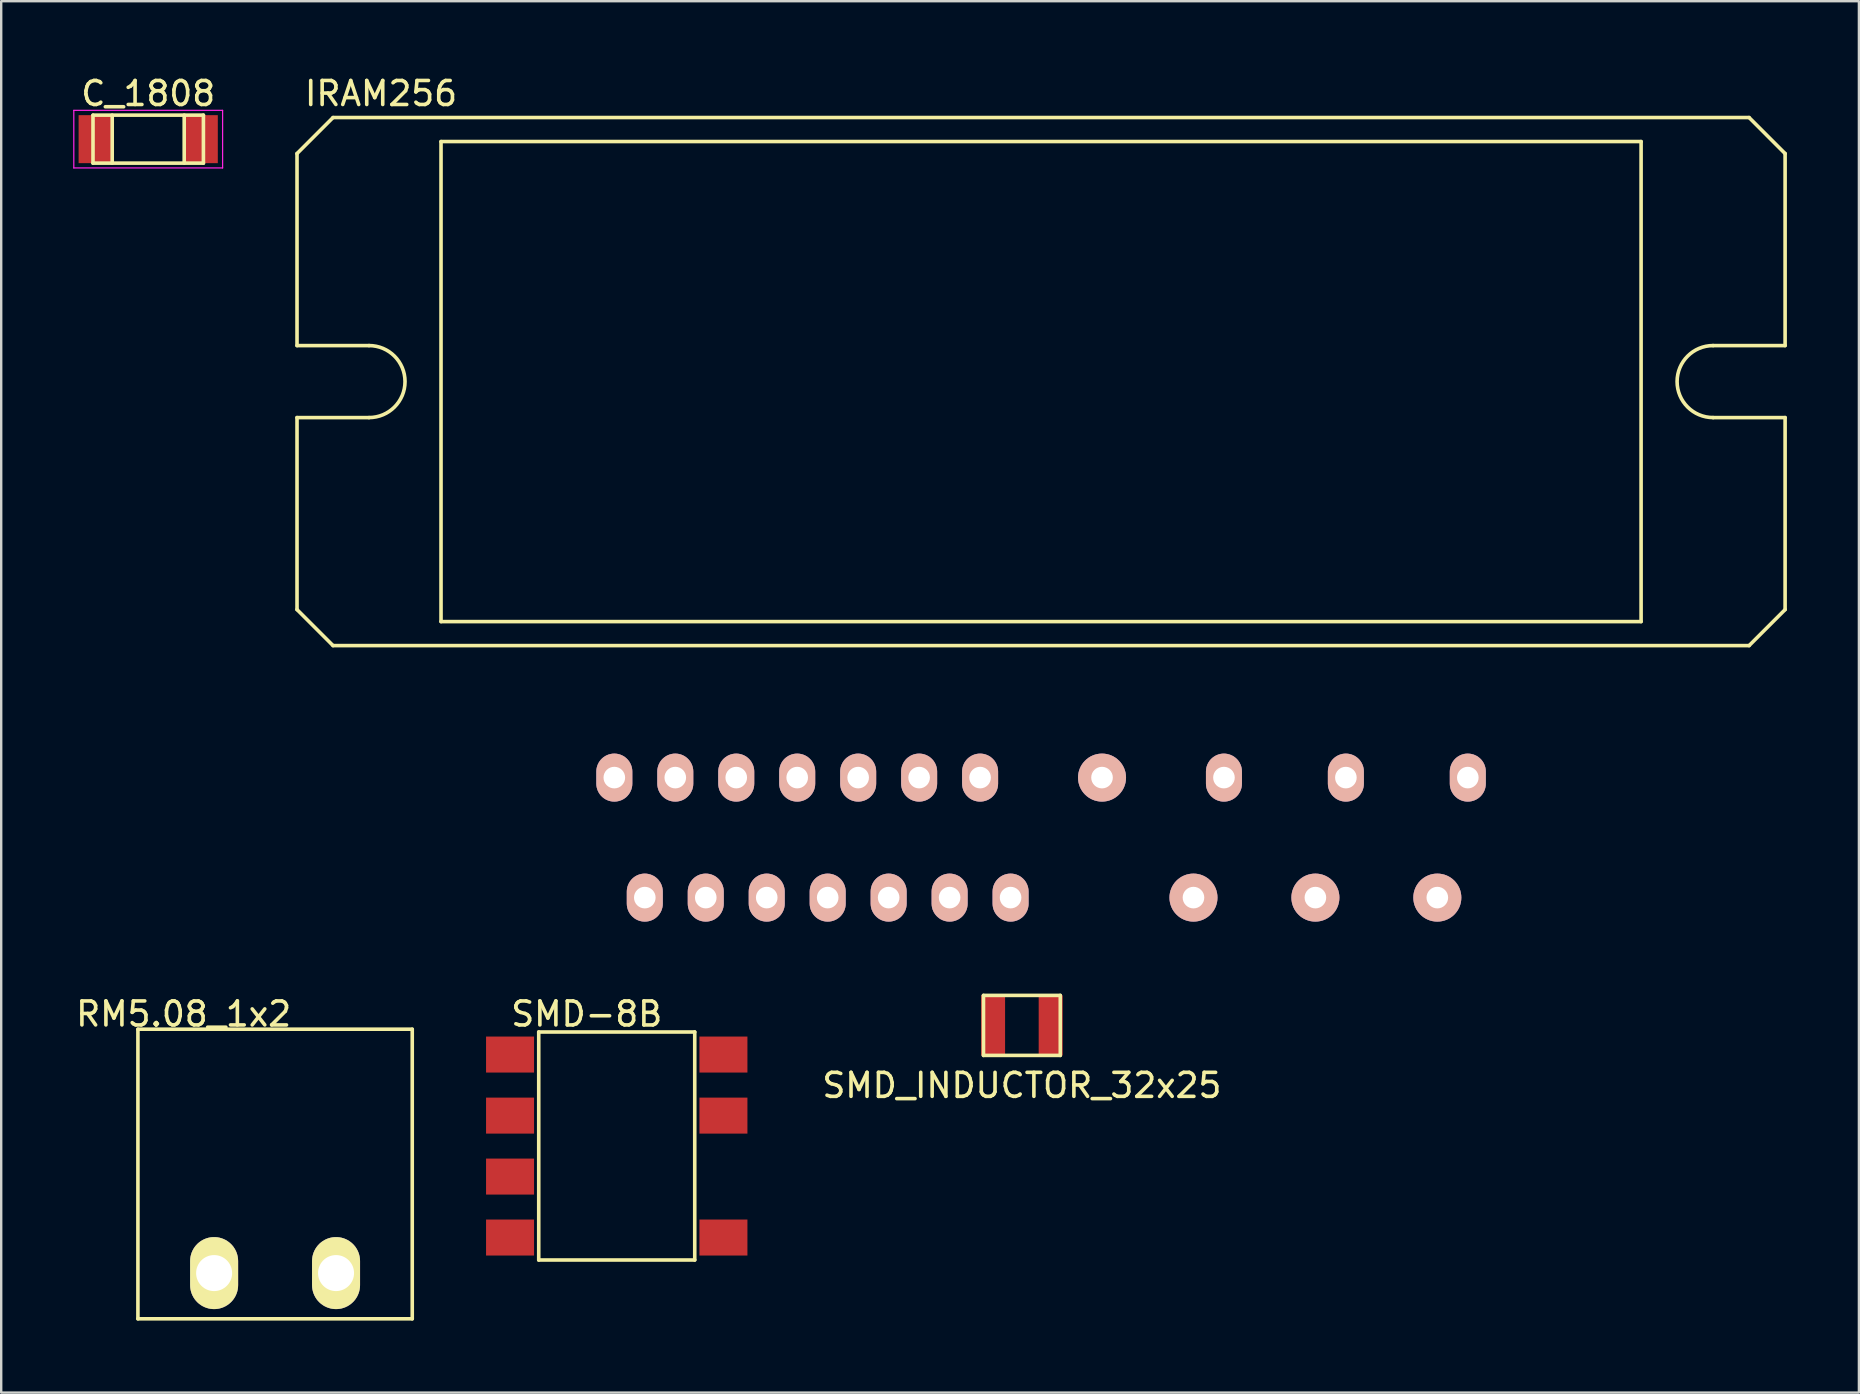
<source format=kicad_pcb>
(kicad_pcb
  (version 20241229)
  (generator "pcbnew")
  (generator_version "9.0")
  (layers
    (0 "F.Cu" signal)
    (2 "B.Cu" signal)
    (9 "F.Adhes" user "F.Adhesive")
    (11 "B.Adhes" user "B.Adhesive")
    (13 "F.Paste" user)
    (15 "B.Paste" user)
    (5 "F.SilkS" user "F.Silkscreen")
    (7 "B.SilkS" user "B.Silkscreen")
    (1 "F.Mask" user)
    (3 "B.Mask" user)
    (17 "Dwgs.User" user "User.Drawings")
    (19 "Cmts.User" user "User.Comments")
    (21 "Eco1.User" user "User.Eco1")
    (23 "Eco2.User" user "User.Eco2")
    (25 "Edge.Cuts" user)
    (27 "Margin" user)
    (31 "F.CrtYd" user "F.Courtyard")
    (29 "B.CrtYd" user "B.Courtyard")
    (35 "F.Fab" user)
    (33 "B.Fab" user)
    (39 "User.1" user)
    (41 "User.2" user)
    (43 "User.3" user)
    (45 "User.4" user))
  (footprint "SMD_INDUCTOR_32x25"
    (layer "F.Cu")
    (at 39.526 39.673)
    (property "Reference" "SMD_INDUCTOR_32x25" (at 0 2.5 0) (layer "F.SilkS") (effects (font (size 1 1) (thickness 0.15))))
    (attr through_hole)
    (fp_line (start -1.6 -1.25) (end -1.6 1.25) (stroke (width 0.15) (type solid)) (layer "F.SilkS"))
    (fp_line (start -1.6 1.25) (end 1.6 1.25) (stroke (width 0.15) (type solid)) (layer "F.SilkS"))
    (fp_line (start 1.6 -1.25) (end -1.6 -1.25) (stroke (width 0.15) (type solid)) (layer "F.SilkS"))
    (fp_line (start 1.6 1.25) (end 1.6 -1.25) (stroke (width 0.15) (type solid)) (layer "F.SilkS"))
    (pad "1" smd rect (at -1.2 0 90) (size 2.5 1) (layers "F.Cu" "F.Mask" "F.Paste"))
    (pad "2" smd rect (at 1.2 0 90) (size 2.5 1) (layers "F.Cu" "F.Mask" "F.Paste")))
  (footprint "IRAM256"
    (layer "F.Cu")
    (at 40.325 12.848)
    (property "Reference" "IRAM256" (at -27.5 -12 0) (layer "F.SilkS") (effects (font (size 1 1) (thickness 0.15))))
    (attr through_hole)
    (fp_line (start -31 -1.5) (end -31 -9.5) (stroke (width 0.15) (type solid)) (layer "F.SilkS"))
    (fp_line (start -31 1.5) (end -31 9.5) (stroke (width 0.15) (type solid)) (layer "F.SilkS"))
    (fp_line (start -29.5 -11) (end -31 -9.5) (stroke (width 0.15) (type solid)) (layer "F.SilkS"))
    (fp_line (start -29.5 -11) (end 29.5 -11) (stroke (width 0.15) (type solid)) (layer "F.SilkS"))
    (fp_line (start -29.5 11) (end -31 9.5) (stroke (width 0.15) (type solid)) (layer "F.SilkS"))
    (fp_line (start -28 -1.5) (end -31 -1.5) (stroke (width 0.15) (type solid)) (layer "F.SilkS"))
    (fp_line (start -28 1.5) (end -31 1.5) (stroke (width 0.15) (type solid)) (layer "F.SilkS"))
    (fp_line (start -25 -10) (end -25 10) (stroke (width 0.15) (type solid)) (layer "F.SilkS"))
    (fp_line (start -25 10) (end 25 10) (stroke (width 0.15) (type solid)) (layer "F.SilkS"))
    (fp_line (start 25 -10) (end -25 -10) (stroke (width 0.15) (type solid)) (layer "F.SilkS"))
    (fp_line (start 25 10) (end 25 -10) (stroke (width 0.15) (type solid)) (layer "F.SilkS"))
    (fp_line (start 28 -1.5) (end 31 -1.5) (stroke (width 0.15) (type solid)) (layer "F.SilkS"))
    (fp_line (start 28 1.5) (end 31 1.5) (stroke (width 0.15) (type solid)) (layer "F.SilkS"))
    (fp_line (start 29.5 -11) (end 31 -9.5) (stroke (width 0.15) (type solid)) (layer "F.SilkS"))
    (fp_line (start 29.5 11) (end -29.5 11) (stroke (width 0.15) (type solid)) (layer "F.SilkS"))
    (fp_line (start 31 -9.5) (end 31 -1.5) (stroke (width 0.15) (type solid)) (layer "F.SilkS"))
    (fp_line (start 31 1.5) (end 31 9.5) (stroke (width 0.15) (type solid)) (layer "F.SilkS"))
    (fp_line (start 31 9.5) (end 29.5 11) (stroke (width 0.15) (type solid)) (layer "F.SilkS"))
    (fp_arc (start -28 -1.5) (mid -26.5 0) (end -28 1.5) (stroke (width 0.15) (type solid)) (layer "F.SilkS"))
    (fp_arc (start 28 1.5) (mid 26.5 0) (end 28 -1.5) (stroke (width 0.15) (type solid)) (layer "F.SilkS"))
    (pad "1" thru_hole oval (at 17.78 16.5 180) (size 1.5 2) (drill 0.9) (layers "*.Cu" "*.Mask" "B.SilkS"))
    (pad "2" thru_hole oval (at 16.51 21.5 180) (size 2 2) (drill 0.9) (layers "*.Cu" "*.Mask" "B.SilkS"))
    (pad "5" thru_hole oval (at 12.7 16.5 180) (size 1.5 2) (drill 0.9) (layers "*.Cu" "*.Mask" "B.SilkS"))
    (pad "6" thru_hole oval (at 11.43 21.5 180) (size 2 2) (drill 0.9) (layers "*.Cu" "*.Mask" "B.SilkS"))
    (pad "9" thru_hole oval (at 7.62 16.5 180) (size 1.5 2) (drill 0.9) (layers "*.Cu" "*.Mask" "B.SilkS"))
    (pad "10" thru_hole oval (at 6.35 21.5 180) (size 2 2) (drill 0.9) (layers "*.Cu" "*.Mask" "B.SilkS"))
    (pad "13" thru_hole oval (at 2.54 16.5 180) (size 2 2) (drill 0.9) (layers "*.Cu" "*.Mask" "B.SilkS"))
    (pad "16" thru_hole oval (at -1.27 21.5 180) (size 1.5 2) (drill 0.9) (layers "*.Cu" "*.Mask" "B.SilkS"))
    (pad "17" thru_hole oval (at -2.54 16.5 180) (size 1.5 2) (drill 0.9) (layers "*.Cu" "*.Mask" "B.SilkS"))
    (pad "18" thru_hole oval (at -3.81 21.5 180) (size 1.5 2) (drill 0.9) (layers "*.Cu" "*.Mask" "B.SilkS"))
    (pad "19" thru_hole oval (at -5.08 16.5 180) (size 1.5 2) (drill 0.9) (layers "*.Cu" "*.Mask" "B.SilkS"))
    (pad "20" thru_hole oval (at -6.35 21.5 180) (size 1.5 2) (drill 0.9) (layers "*.Cu" "*.Mask" "B.SilkS"))
    (pad "21" thru_hole oval (at -7.62 16.5 180) (size 1.5 2) (drill 0.9) (layers "*.Cu" "*.Mask" "B.SilkS"))
    (pad "22" thru_hole oval (at -8.89 21.5 180) (size 1.5 2) (drill 0.9) (layers "*.Cu" "*.Mask" "B.SilkS"))
    (pad "23" thru_hole oval (at -10.16 16.5 180) (size 1.5 2) (drill 0.9) (layers "*.Cu" "*.Mask" "B.SilkS"))
    (pad "24" thru_hole oval (at -11.43 21.5 180) (size 1.5 2) (drill 0.9) (layers "*.Cu" "*.Mask" "B.SilkS"))
    (pad "25" thru_hole oval (at -12.7 16.5 180) (size 1.5 2) (drill 0.9) (layers "*.Cu" "*.Mask" "B.SilkS"))
    (pad "26" thru_hole oval (at -13.97 21.5 180) (size 1.5 2) (drill 0.9) (layers "*.Cu" "*.Mask" "B.SilkS"))
    (pad "27" thru_hole oval (at -15.24 16.5 180) (size 1.5 2) (drill 0.9) (layers "*.Cu" "*.Mask" "B.SilkS"))
    (pad "28" thru_hole oval (at -16.51 21.5 180) (size 1.5 2) (drill 0.9) (layers "*.Cu" "*.Mask" "B.SilkS"))
    (pad "29" thru_hole oval (at -17.78 16.5 180) (size 1.5 2) (drill 0.9) (layers "*.Cu" "*.Mask" "B.SilkS")))
  (footprint "SMD-8B"
    (layer "F.Cu")
    (at 22.646 44.697)
    (property "Reference" "SMD-8B" (at -1.25 -5.5 0) (layer "F.SilkS") (effects (font (size 1 1) (thickness 0.15))))
    (attr smd)
    (fp_line (start -3.25 -4.75) (end 3.25 -4.75) (stroke (width 0.15) (type solid)) (layer "F.SilkS"))
    (fp_line (start -3.25 4.75) (end -3.25 -4.75) (stroke (width 0.15) (type solid)) (layer "F.SilkS"))
    (fp_line (start 3.25 -4.75) (end 3.25 4.75) (stroke (width 0.15) (type solid)) (layer "F.SilkS"))
    (fp_line (start 3.25 4.75) (end -3.25 4.75) (stroke (width 0.15) (type solid)) (layer "F.SilkS"))
    (pad "1" smd rect (at -4.445 -3.81 270) (size 1.5 2) (layers "F.Cu" "F.Mask" "F.Paste"))
    (pad "2" smd rect (at -4.445 -1.266 270) (size 1.5 2) (layers "F.Cu" "F.Mask" "F.Paste"))
    (pad "3" smd rect (at -4.445 1.274 270) (size 1.5 2) (layers "F.Cu" "F.Mask" "F.Paste"))
    (pad "4" smd rect (at -4.445 3.814 270) (size 1.5 2) (layers "F.Cu" "F.Mask" "F.Paste"))
    (pad "5" smd rect (at 4.445 3.814 270) (size 1.5 2) (layers "F.Cu" "F.Mask" "F.Paste"))
    (pad "7" smd rect (at 4.445 -1.266 270) (size 1.5 2) (layers "F.Cu" "F.Mask" "F.Paste"))
    (pad "8" smd rect (at 4.445 -3.81 270) (size 1.5 2) (layers "F.Cu" "F.Mask" "F.Paste")))
  (footprint "C_1808"
    (layer "F.Cu")
    (at 3.125 2.748)
    (property "Reference" "C_1808" (at 0 -1.9 0) (layer "F.SilkS") (effects (font (size 1 1) (thickness 0.15))))
    (attr smd)
    (fp_line (start -2.3 -1) (end -2.3 1) (stroke (width 0.15) (type solid)) (layer "F.SilkS"))
    (fp_line (start -2.3 1) (end 2.3 1) (stroke (width 0.15) (type solid)) (layer "F.SilkS"))
    (fp_line (start -1.5 -1) (end -1.5 1) (stroke (width 0.15) (type solid)) (layer "F.SilkS"))
    (fp_line (start 1.5 -1) (end 1.5 1) (stroke (width 0.15) (type solid)) (layer "F.SilkS"))
    (fp_line (start 2.3 -1) (end -2.3 -1) (stroke (width 0.15) (type solid)) (layer "F.SilkS"))
    (fp_line (start 2.3 1) (end 2.3 -1) (stroke (width 0.15) (type solid)) (layer "F.SilkS"))
    (fp_line (start -3.1 -1.2) (end -3.1 1.2) (stroke (width 0.05) (type solid)) (layer "F.CrtYd"))
    (fp_line (start -3.1 -1.2) (end 3.1 -1.2) (stroke (width 0.05) (type solid)) (layer "F.CrtYd"))
    (fp_line (start -3.1 1.2) (end 3.1 1.2) (stroke (width 0.05) (type solid)) (layer "F.CrtYd"))
    (fp_line (start 3.1 -1.2) (end 3.1 1.2) (stroke (width 0.05) (type solid)) (layer "F.CrtYd"))
    (pad "1" smd rect (at -2.2 0) (size 1.4 2) (layers "F.Cu" "F.Mask" "F.Paste"))
    (pad "2" smd rect (at 2.2 0) (size 1.4 2) (layers "F.Cu" "F.Mask" "F.Paste")))
  (footprint "RM5.08_1x2"
    (layer "F.Cu")
    (at 5.871 49.992)
    (property "Reference" "RM5.08_1x2" (at -1.27 -10.795 0) (layer "F.SilkS") (effects (font (size 1 1) (thickness 0.15))))
    (attr through_hole)
    (fp_line (start -3.175 -10.16) (end -3.175 1.905) (stroke (width 0.15) (type solid)) (layer "F.SilkS"))
    (fp_line (start -3.175 1.905) (end 8.255 1.905) (stroke (width 0.15) (type solid)) (layer "F.SilkS"))
    (fp_line (start 8.255 -10.16) (end -3.175 -10.16) (stroke (width 0.15) (type solid)) (layer "F.SilkS"))
    (fp_line (start 8.255 1.905) (end 8.255 -10.16) (stroke (width 0.15) (type solid)) (layer "F.SilkS"))
    (pad "1" thru_hole oval (at 0 0) (size 2 3) (drill 1.5) (layers "*.Cu" "*.Mask" "F.SilkS"))
    (pad "2" thru_hole oval (at 5.08 0) (size 2 3) (drill 1.5) (layers "*.Cu" "*.Mask" "F.SilkS")))
  (gr_rect
    (start -3 -3)
    (end 74.4 54.971)
    (stroke (width 0.1) (type default))
    (fill no)
    (layer "Edge.Cuts")))
</source>
